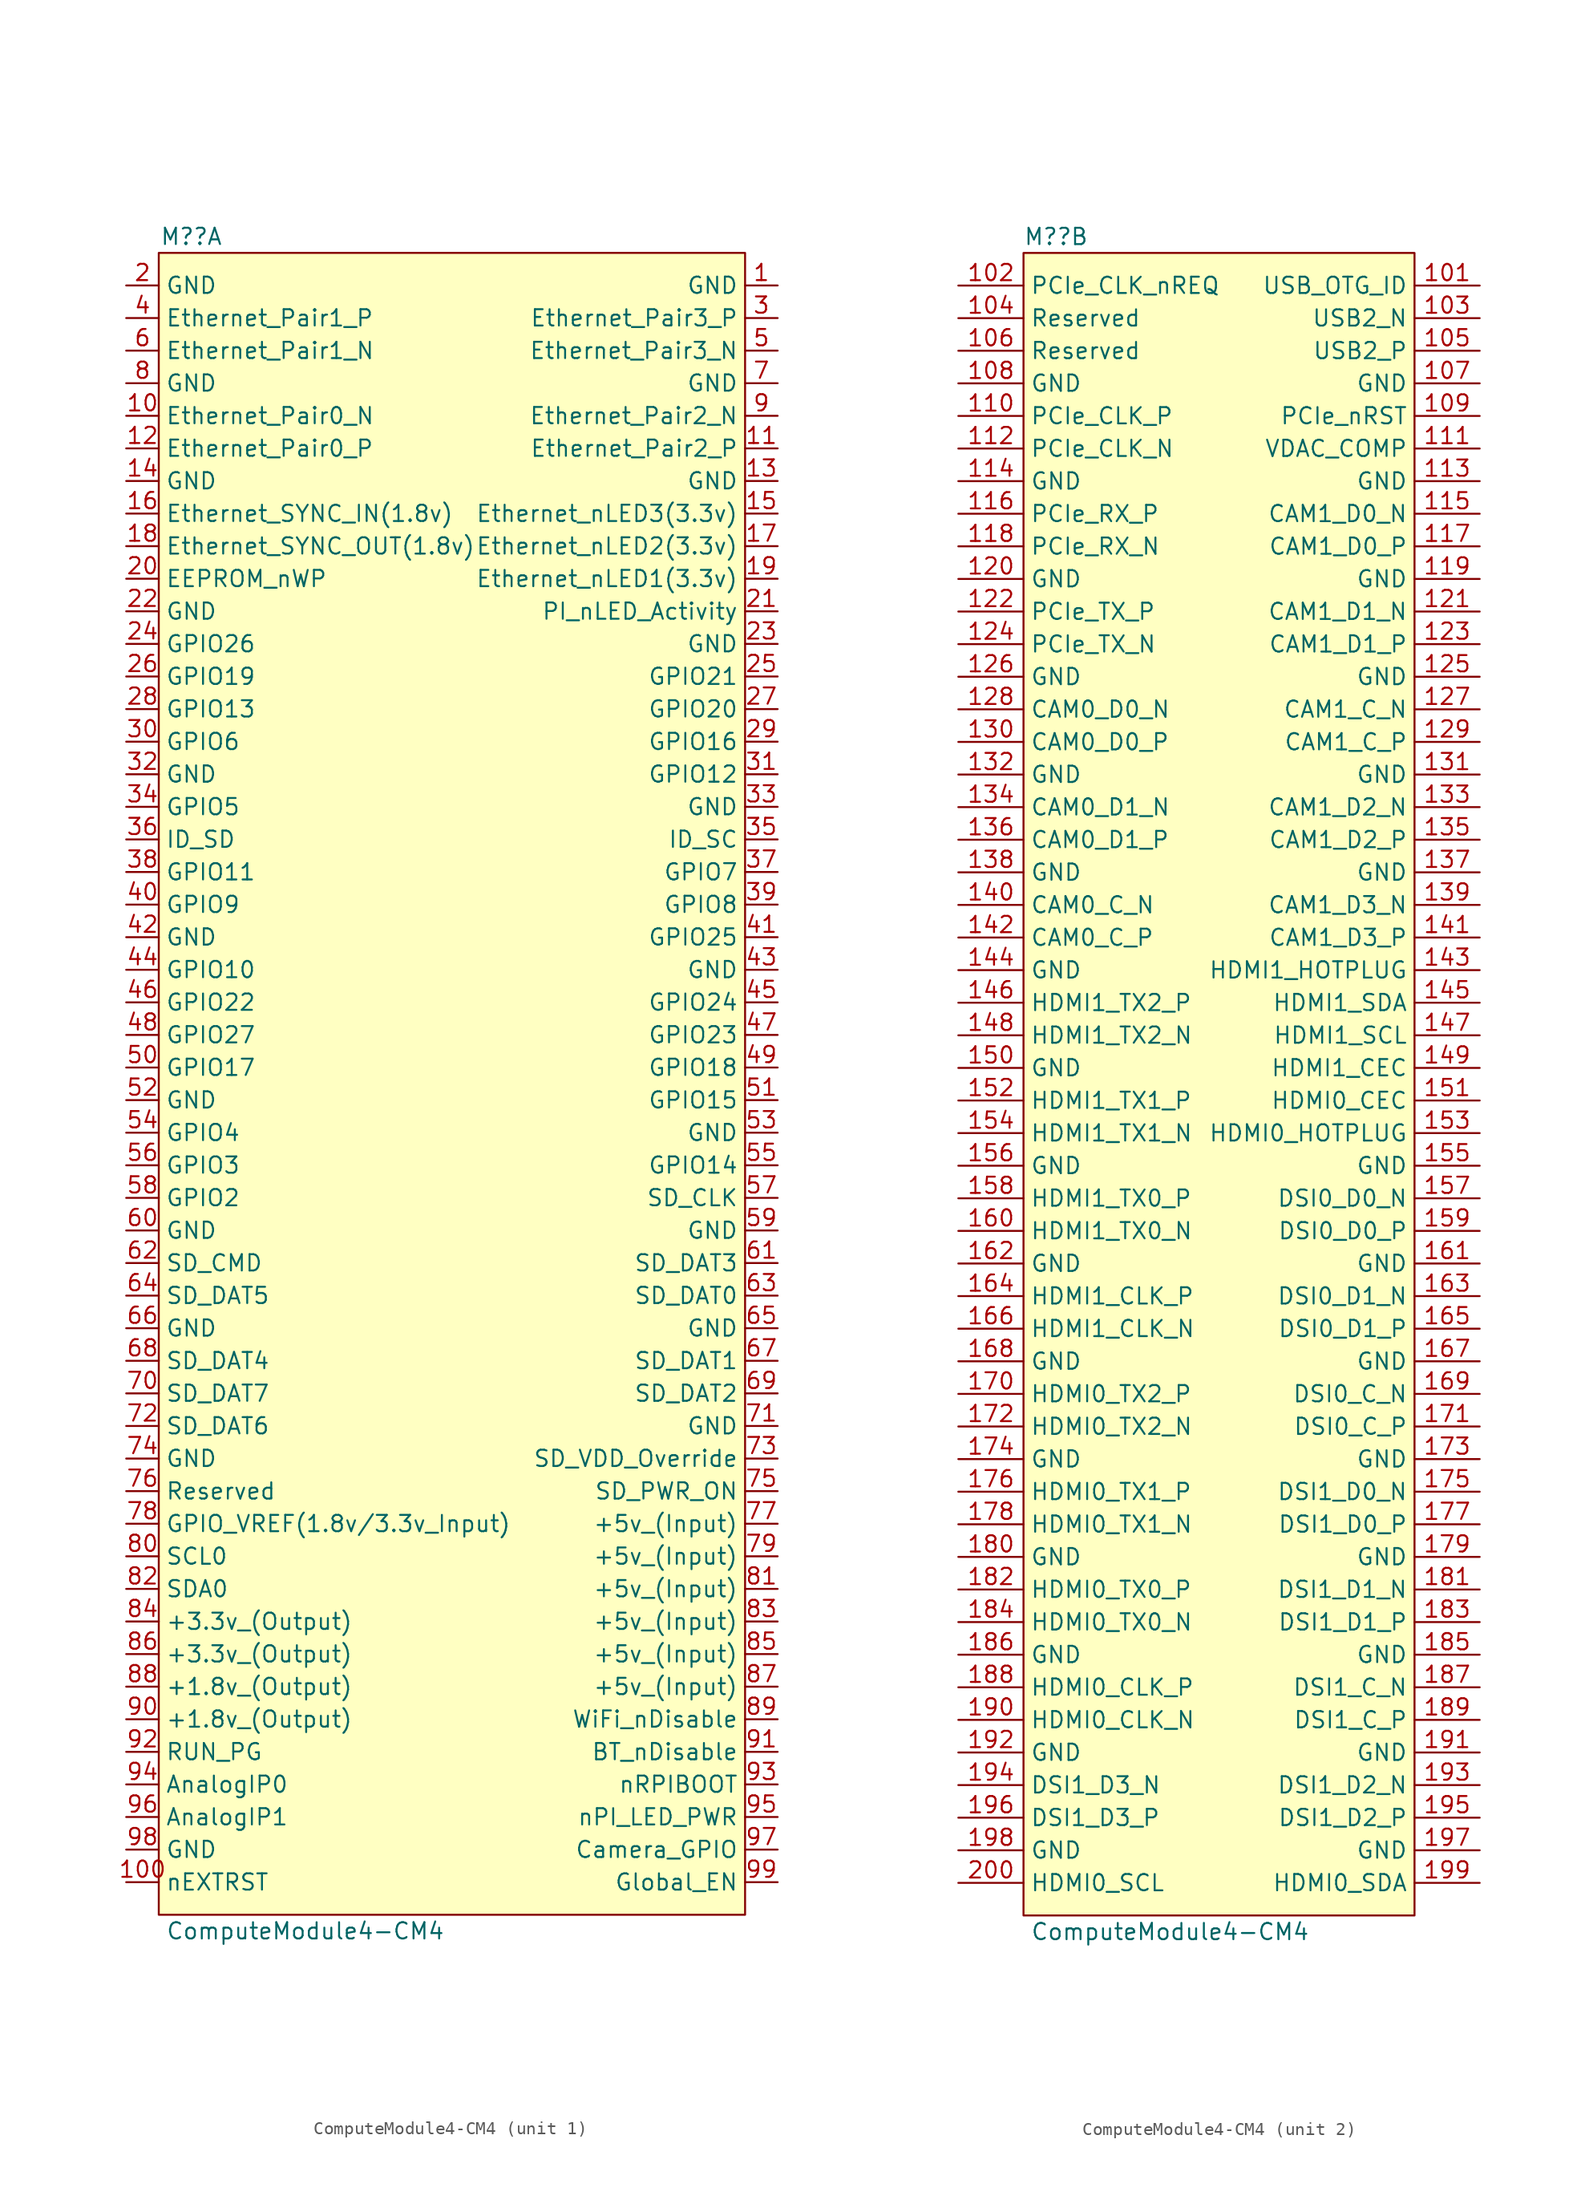
<source format=kicad_sym>
(kicad_symbol_lib
  (version 20211014)
  (generator kicad_symbol_editor)
  (symbol "ComputeModule4-CM4"
    (property "Reference" "M?"
      (at 2.54 1.27 0)
      (effects (font (size 1.27 1.27))))
    (property "Value" "ComputeModule4-CM4"
      (at 11.43 -130.81 0)
      (effects (font (size 1.27 1.27))))
    (property "ki_locked" ""
      (at 0 0 0)
      (effects (font (size 1.27 1.27))))
    (symbol "ComputeModule4-CM4_1_1"
      (rectangle (start 0 0) (end 45.72 -129.54) (stroke (width 0) (type default) (color 0 0 0 0)) (fill (type background)))
      (pin power_in line (at 48.26 -2.54 180) (length 2.54) (name "GND" (effects (font (size 1.27 1.27)))) (number "1" (effects (font (size 1.27 1.27)))))
      (pin passive line (at -2.54 -12.7 0) (length 2.54) (name "Ethernet_Pair0_N" (effects (font (size 1.27 1.27)))) (number "10" (effects (font (size 1.27 1.27)))))
      (pin output line (at -2.54 -127 0) (length 2.54) (name "nEXTRST" (effects (font (size 1.27 1.27)))) (number "100" (effects (font (size 1.27 1.27)))))
      (pin passive line (at 48.26 -15.24 180) (length 2.54) (name "Ethernet_Pair2_P" (effects (font (size 1.27 1.27)))) (number "11" (effects (font (size 1.27 1.27)))))
      (pin passive line (at -2.54 -15.24 0) (length 2.54) (name "Ethernet_Pair0_P" (effects (font (size 1.27 1.27)))) (number "12" (effects (font (size 1.27 1.27)))))
      (pin power_in line (at 48.26 -17.78 180) (length 2.54) (name "GND" (effects (font (size 1.27 1.27)))) (number "13" (effects (font (size 1.27 1.27)))))
      (pin power_in line (at -2.54 -17.78 0) (length 2.54) (name "GND" (effects (font (size 1.27 1.27)))) (number "14" (effects (font (size 1.27 1.27)))))
      (pin output line (at 48.26 -20.32 180) (length 2.54) (name "Ethernet_nLED3(3.3v)" (effects (font (size 1.27 1.27)))) (number "15" (effects (font (size 1.27 1.27)))))
      (pin input line (at -2.54 -20.32 0) (length 2.54) (name "Ethernet_SYNC_IN(1.8v)" (effects (font (size 1.27 1.27)))) (number "16" (effects (font (size 1.27 1.27)))))
      (pin output line (at 48.26 -22.86 180) (length 2.54) (name "Ethernet_nLED2(3.3v)" (effects (font (size 1.27 1.27)))) (number "17" (effects (font (size 1.27 1.27)))))
      (pin input line (at -2.54 -22.86 0) (length 2.54) (name "Ethernet_SYNC_OUT(1.8v)" (effects (font (size 1.27 1.27)))) (number "18" (effects (font (size 1.27 1.27)))))
      (pin output line (at 48.26 -25.4 180) (length 2.54) (name "Ethernet_nLED1(3.3v)" (effects (font (size 1.27 1.27)))) (number "19" (effects (font (size 1.27 1.27)))))
      (pin power_in line (at -2.54 -2.54 0) (length 2.54) (name "GND" (effects (font (size 1.27 1.27)))) (number "2" (effects (font (size 1.27 1.27)))))
      (pin passive line (at -2.54 -25.4 0) (length 2.54) (name "EEPROM_nWP" (effects (font (size 1.27 1.27)))) (number "20" (effects (font (size 1.27 1.27)))))
      (pin open_collector line (at 48.26 -27.94 180) (length 2.54) (name "PI_nLED_Activity" (effects (font (size 1.27 1.27)))) (number "21" (effects (font (size 1.27 1.27)))))
      (pin power_in line (at -2.54 -27.94 0) (length 2.54) (name "GND" (effects (font (size 1.27 1.27)))) (number "22" (effects (font (size 1.27 1.27)))))
      (pin power_in line (at 48.26 -30.48 180) (length 2.54) (name "GND" (effects (font (size 1.27 1.27)))) (number "23" (effects (font (size 1.27 1.27)))))
      (pin passive line (at -2.54 -30.48 0) (length 2.54) (name "GPIO26" (effects (font (size 1.27 1.27)))) (number "24" (effects (font (size 1.27 1.27)))))
      (pin passive line (at 48.26 -33.02 180) (length 2.54) (name "GPIO21" (effects (font (size 1.27 1.27)))) (number "25" (effects (font (size 1.27 1.27)))))
      (pin passive line (at -2.54 -33.02 0) (length 2.54) (name "GPIO19" (effects (font (size 1.27 1.27)))) (number "26" (effects (font (size 1.27 1.27)))))
      (pin passive line (at 48.26 -35.56 180) (length 2.54) (name "GPIO20" (effects (font (size 1.27 1.27)))) (number "27" (effects (font (size 1.27 1.27)))))
      (pin passive line (at -2.54 -35.56 0) (length 2.54) (name "GPIO13" (effects (font (size 1.27 1.27)))) (number "28" (effects (font (size 1.27 1.27)))))
      (pin passive line (at 48.26 -38.1 180) (length 2.54) (name "GPIO16" (effects (font (size 1.27 1.27)))) (number "29" (effects (font (size 1.27 1.27)))))
      (pin passive line (at 48.26 -5.08 180) (length 2.54) (name "Ethernet_Pair3_P" (effects (font (size 1.27 1.27)))) (number "3" (effects (font (size 1.27 1.27)))))
      (pin passive line (at -2.54 -38.1 0) (length 2.54) (name "GPIO6" (effects (font (size 1.27 1.27)))) (number "30" (effects (font (size 1.27 1.27)))))
      (pin passive line (at 48.26 -40.64 180) (length 2.54) (name "GPIO12" (effects (font (size 1.27 1.27)))) (number "31" (effects (font (size 1.27 1.27)))))
      (pin power_in line (at -2.54 -40.64 0) (length 2.54) (name "GND" (effects (font (size 1.27 1.27)))) (number "32" (effects (font (size 1.27 1.27)))))
      (pin power_in line (at 48.26 -43.18 180) (length 2.54) (name "GND" (effects (font (size 1.27 1.27)))) (number "33" (effects (font (size 1.27 1.27)))))
      (pin passive line (at -2.54 -43.18 0) (length 2.54) (name "GPIO5" (effects (font (size 1.27 1.27)))) (number "34" (effects (font (size 1.27 1.27)))))
      (pin passive line (at 48.26 -45.72 180) (length 2.54) (name "ID_SC" (effects (font (size 1.27 1.27)))) (number "35" (effects (font (size 1.27 1.27)))))
      (pin passive line (at -2.54 -45.72 0) (length 2.54) (name "ID_SD" (effects (font (size 1.27 1.27)))) (number "36" (effects (font (size 1.27 1.27)))))
      (pin passive line (at 48.26 -48.26 180) (length 2.54) (name "GPIO7" (effects (font (size 1.27 1.27)))) (number "37" (effects (font (size 1.27 1.27)))))
      (pin passive line (at -2.54 -48.26 0) (length 2.54) (name "GPIO11" (effects (font (size 1.27 1.27)))) (number "38" (effects (font (size 1.27 1.27)))))
      (pin passive line (at 48.26 -50.8 180) (length 2.54) (name "GPIO8" (effects (font (size 1.27 1.27)))) (number "39" (effects (font (size 1.27 1.27)))))
      (pin passive line (at -2.54 -5.08 0) (length 2.54) (name "Ethernet_Pair1_P" (effects (font (size 1.27 1.27)))) (number "4" (effects (font (size 1.27 1.27)))))
      (pin passive line (at -2.54 -50.8 0) (length 2.54) (name "GPIO9" (effects (font (size 1.27 1.27)))) (number "40" (effects (font (size 1.27 1.27)))))
      (pin passive line (at 48.26 -53.34 180) (length 2.54) (name "GPIO25" (effects (font (size 1.27 1.27)))) (number "41" (effects (font (size 1.27 1.27)))))
      (pin power_in line (at -2.54 -53.34 0) (length 2.54) (name "GND" (effects (font (size 1.27 1.27)))) (number "42" (effects (font (size 1.27 1.27)))))
      (pin power_in line (at 48.26 -55.88 180) (length 2.54) (name "GND" (effects (font (size 1.27 1.27)))) (number "43" (effects (font (size 1.27 1.27)))))
      (pin passive line (at -2.54 -55.88 0) (length 2.54) (name "GPIO10" (effects (font (size 1.27 1.27)))) (number "44" (effects (font (size 1.27 1.27)))))
      (pin passive line (at 48.26 -58.42 180) (length 2.54) (name "GPIO24" (effects (font (size 1.27 1.27)))) (number "45" (effects (font (size 1.27 1.27)))))
      (pin passive line (at -2.54 -58.42 0) (length 2.54) (name "GPIO22" (effects (font (size 1.27 1.27)))) (number "46" (effects (font (size 1.27 1.27)))))
      (pin passive line (at 48.26 -60.96 180) (length 2.54) (name "GPIO23" (effects (font (size 1.27 1.27)))) (number "47" (effects (font (size 1.27 1.27)))))
      (pin passive line (at -2.54 -60.96 0) (length 2.54) (name "GPIO27" (effects (font (size 1.27 1.27)))) (number "48" (effects (font (size 1.27 1.27)))))
      (pin passive line (at 48.26 -63.5 180) (length 2.54) (name "GPIO18" (effects (font (size 1.27 1.27)))) (number "49" (effects (font (size 1.27 1.27)))))
      (pin passive line (at 48.26 -7.62 180) (length 2.54) (name "Ethernet_Pair3_N" (effects (font (size 1.27 1.27)))) (number "5" (effects (font (size 1.27 1.27)))))
      (pin passive line (at -2.54 -63.5 0) (length 2.54) (name "GPIO17" (effects (font (size 1.27 1.27)))) (number "50" (effects (font (size 1.27 1.27)))))
      (pin passive line (at 48.26 -66.04 180) (length 2.54) (name "GPIO15" (effects (font (size 1.27 1.27)))) (number "51" (effects (font (size 1.27 1.27)))))
      (pin power_in line (at -2.54 -66.04 0) (length 2.54) (name "GND" (effects (font (size 1.27 1.27)))) (number "52" (effects (font (size 1.27 1.27)))))
      (pin power_in line (at 48.26 -68.58 180) (length 2.54) (name "GND" (effects (font (size 1.27 1.27)))) (number "53" (effects (font (size 1.27 1.27)))))
      (pin passive line (at -2.54 -68.58 0) (length 2.54) (name "GPIO4" (effects (font (size 1.27 1.27)))) (number "54" (effects (font (size 1.27 1.27)))))
      (pin passive line (at 48.26 -71.12 180) (length 2.54) (name "GPIO14" (effects (font (size 1.27 1.27)))) (number "55" (effects (font (size 1.27 1.27)))))
      (pin passive line (at -2.54 -71.12 0) (length 2.54) (name "GPIO3" (effects (font (size 1.27 1.27)))) (number "56" (effects (font (size 1.27 1.27)))))
      (pin passive line (at 48.26 -73.66 180) (length 2.54) (name "SD_CLK" (effects (font (size 1.27 1.27)))) (number "57" (effects (font (size 1.27 1.27)))))
      (pin passive line (at -2.54 -73.66 0) (length 2.54) (name "GPIO2" (effects (font (size 1.27 1.27)))) (number "58" (effects (font (size 1.27 1.27)))))
      (pin power_in line (at 48.26 -76.2 180) (length 2.54) (name "GND" (effects (font (size 1.27 1.27)))) (number "59" (effects (font (size 1.27 1.27)))))
      (pin passive line (at -2.54 -7.62 0) (length 2.54) (name "Ethernet_Pair1_N" (effects (font (size 1.27 1.27)))) (number "6" (effects (font (size 1.27 1.27)))))
      (pin power_in line (at -2.54 -76.2 0) (length 2.54) (name "GND" (effects (font (size 1.27 1.27)))) (number "60" (effects (font (size 1.27 1.27)))))
      (pin passive line (at 48.26 -78.74 180) (length 2.54) (name "SD_DAT3" (effects (font (size 1.27 1.27)))) (number "61" (effects (font (size 1.27 1.27)))))
      (pin passive line (at -2.54 -78.74 0) (length 2.54) (name "SD_CMD" (effects (font (size 1.27 1.27)))) (number "62" (effects (font (size 1.27 1.27)))))
      (pin passive line (at 48.26 -81.28 180) (length 2.54) (name "SD_DAT0" (effects (font (size 1.27 1.27)))) (number "63" (effects (font (size 1.27 1.27)))))
      (pin passive line (at -2.54 -81.28 0) (length 2.54) (name "SD_DAT5" (effects (font (size 1.27 1.27)))) (number "64" (effects (font (size 1.27 1.27)))))
      (pin power_in line (at 48.26 -83.82 180) (length 2.54) (name "GND" (effects (font (size 1.27 1.27)))) (number "65" (effects (font (size 1.27 1.27)))))
      (pin power_in line (at -2.54 -83.82 0) (length 2.54) (name "GND" (effects (font (size 1.27 1.27)))) (number "66" (effects (font (size 1.27 1.27)))))
      (pin passive line (at 48.26 -86.36 180) (length 2.54) (name "SD_DAT1" (effects (font (size 1.27 1.27)))) (number "67" (effects (font (size 1.27 1.27)))))
      (pin passive line (at -2.54 -86.36 0) (length 2.54) (name "SD_DAT4" (effects (font (size 1.27 1.27)))) (number "68" (effects (font (size 1.27 1.27)))))
      (pin passive line (at 48.26 -88.9 180) (length 2.54) (name "SD_DAT2" (effects (font (size 1.27 1.27)))) (number "69" (effects (font (size 1.27 1.27)))))
      (pin power_in line (at 48.26 -10.16 180) (length 2.54) (name "GND" (effects (font (size 1.27 1.27)))) (number "7" (effects (font (size 1.27 1.27)))))
      (pin passive line (at -2.54 -88.9 0) (length 2.54) (name "SD_DAT7" (effects (font (size 1.27 1.27)))) (number "70" (effects (font (size 1.27 1.27)))))
      (pin power_in line (at 48.26 -91.44 180) (length 2.54) (name "GND" (effects (font (size 1.27 1.27)))) (number "71" (effects (font (size 1.27 1.27)))))
      (pin passive line (at -2.54 -91.44 0) (length 2.54) (name "SD_DAT6" (effects (font (size 1.27 1.27)))) (number "72" (effects (font (size 1.27 1.27)))))
      (pin input line (at 48.26 -93.98 180) (length 2.54) (name "SD_VDD_Override" (effects (font (size 1.27 1.27)))) (number "73" (effects (font (size 1.27 1.27)))))
      (pin power_in line (at -2.54 -93.98 0) (length 2.54) (name "GND" (effects (font (size 1.27 1.27)))) (number "74" (effects (font (size 1.27 1.27)))))
      (pin output line (at 48.26 -96.52 180) (length 2.54) (name "SD_PWR_ON" (effects (font (size 1.27 1.27)))) (number "75" (effects (font (size 1.27 1.27)))))
      (pin passive line (at -2.54 -96.52 0) (length 2.54) (name "Reserved" (effects (font (size 1.27 1.27)))) (number "76" (effects (font (size 1.27 1.27)))))
      (pin power_in line (at 48.26 -99.06 180) (length 2.54) (name "+5v_(Input)" (effects (font (size 1.27 1.27)))) (number "77" (effects (font (size 1.27 1.27)))))
      (pin power_in line (at -2.54 -99.06 0) (length 2.54) (name "GPIO_VREF(1.8v/3.3v_Input)" (effects (font (size 1.27 1.27)))) (number "78" (effects (font (size 1.27 1.27)))))
      (pin power_in line (at 48.26 -101.6 180) (length 2.54) (name "+5v_(Input)" (effects (font (size 1.27 1.27)))) (number "79" (effects (font (size 1.27 1.27)))))
      (pin power_in line (at -2.54 -10.16 0) (length 2.54) (name "GND" (effects (font (size 1.27 1.27)))) (number "8" (effects (font (size 1.27 1.27)))))
      (pin passive line (at -2.54 -101.6 0) (length 2.54) (name "SCL0" (effects (font (size 1.27 1.27)))) (number "80" (effects (font (size 1.27 1.27)))))
      (pin power_in line (at 48.26 -104.14 180) (length 2.54) (name "+5v_(Input)" (effects (font (size 1.27 1.27)))) (number "81" (effects (font (size 1.27 1.27)))))
      (pin passive line (at -2.54 -104.14 0) (length 2.54) (name "SDA0" (effects (font (size 1.27 1.27)))) (number "82" (effects (font (size 1.27 1.27)))))
      (pin power_in line (at 48.26 -106.68 180) (length 2.54) (name "+5v_(Input)" (effects (font (size 1.27 1.27)))) (number "83" (effects (font (size 1.27 1.27)))))
      (pin power_out line (at -2.54 -106.68 0) (length 2.54) (name "+3.3v_(Output)" (effects (font (size 1.27 1.27)))) (number "84" (effects (font (size 1.27 1.27)))))
      (pin power_in line (at 48.26 -109.22 180) (length 2.54) (name "+5v_(Input)" (effects (font (size 1.27 1.27)))) (number "85" (effects (font (size 1.27 1.27)))))
      (pin power_out line (at -2.54 -109.22 0) (length 2.54) (name "+3.3v_(Output)" (effects (font (size 1.27 1.27)))) (number "86" (effects (font (size 1.27 1.27)))))
      (pin power_in line (at 48.26 -111.76 180) (length 2.54) (name "+5v_(Input)" (effects (font (size 1.27 1.27)))) (number "87" (effects (font (size 1.27 1.27)))))
      (pin power_out line (at -2.54 -111.76 0) (length 2.54) (name "+1.8v_(Output)" (effects (font (size 1.27 1.27)))) (number "88" (effects (font (size 1.27 1.27)))))
      (pin power_in line (at 48.26 -114.3 180) (length 2.54) (name "WiFi_nDisable" (effects (font (size 1.27 1.27)))) (number "89" (effects (font (size 1.27 1.27)))))
      (pin passive line (at 48.26 -12.7 180) (length 2.54) (name "Ethernet_Pair2_N" (effects (font (size 1.27 1.27)))) (number "9" (effects (font (size 1.27 1.27)))))
      (pin power_out line (at -2.54 -114.3 0) (length 2.54) (name "+1.8v_(Output)" (effects (font (size 1.27 1.27)))) (number "90" (effects (font (size 1.27 1.27)))))
      (pin power_in line (at 48.26 -116.84 180) (length 2.54) (name "BT_nDisable" (effects (font (size 1.27 1.27)))) (number "91" (effects (font (size 1.27 1.27)))))
      (pin passive line (at -2.54 -116.84 0) (length 2.54) (name "RUN_PG" (effects (font (size 1.27 1.27)))) (number "92" (effects (font (size 1.27 1.27)))))
      (pin input line (at 48.26 -119.38 180) (length 2.54) (name "nRPIBOOT" (effects (font (size 1.27 1.27)))) (number "93" (effects (font (size 1.27 1.27)))))
      (pin passive line (at -2.54 -119.38 0) (length 2.54) (name "AnalogIP0" (effects (font (size 1.27 1.27)))) (number "94" (effects (font (size 1.27 1.27)))))
      (pin output line (at 48.26 -121.92 180) (length 2.54) (name "nPI_LED_PWR" (effects (font (size 1.27 1.27)))) (number "95" (effects (font (size 1.27 1.27)))))
      (pin passive line (at -2.54 -121.92 0) (length 2.54) (name "AnalogIP1" (effects (font (size 1.27 1.27)))) (number "96" (effects (font (size 1.27 1.27)))))
      (pin passive line (at 48.26 -124.46 180) (length 2.54) (name "Camera_GPIO" (effects (font (size 1.27 1.27)))) (number "97" (effects (font (size 1.27 1.27)))))
      (pin power_in line (at -2.54 -124.46 0) (length 2.54) (name "GND" (effects (font (size 1.27 1.27)))) (number "98" (effects (font (size 1.27 1.27)))))
      (pin input line (at 48.26 -127 180) (length 2.54) (name "Global_EN" (effects (font (size 1.27 1.27)))) (number "99" (effects (font (size 1.27 1.27))))))
    (symbol "ComputeModule4-CM4_2_1"
      (rectangle (start 0 0) (end 30.48 -129.54) (stroke (width 0) (type default) (color 0 0 0 0)) (fill (type background)))
      (pin input line (at 35.56 -2.54 180) (length 5.08) (name "USB_OTG_ID" (effects (font (size 1.27 1.27)))) (number "101" (effects (font (size 1.27 1.27)))))
      (pin input line (at -5.08 -2.54 0) (length 5.08) (name "PCIe_CLK_nREQ" (effects (font (size 1.27 1.27)))) (number "102" (effects (font (size 1.27 1.27)))))
      (pin passive line (at 35.56 -5.08 180) (length 5.08) (name "USB2_N" (effects (font (size 1.27 1.27)))) (number "103" (effects (font (size 1.27 1.27)))))
      (pin passive line (at -5.08 -5.08 0) (length 5.08) (name "Reserved" (effects (font (size 1.27 1.27)))) (number "104" (effects (font (size 1.27 1.27)))))
      (pin passive line (at 35.56 -7.62 180) (length 5.08) (name "USB2_P" (effects (font (size 1.27 1.27)))) (number "105" (effects (font (size 1.27 1.27)))))
      (pin passive line (at -5.08 -7.62 0) (length 5.08) (name "Reserved" (effects (font (size 1.27 1.27)))) (number "106" (effects (font (size 1.27 1.27)))))
      (pin power_in line (at 35.56 -10.16 180) (length 5.08) (name "GND" (effects (font (size 1.27 1.27)))) (number "107" (effects (font (size 1.27 1.27)))))
      (pin power_in line (at -5.08 -10.16 0) (length 5.08) (name "GND" (effects (font (size 1.27 1.27)))) (number "108" (effects (font (size 1.27 1.27)))))
      (pin bidirectional line (at 35.56 -12.7 180) (length 5.08) (name "PCIe_nRST" (effects (font (size 1.27 1.27)))) (number "109" (effects (font (size 1.27 1.27)))))
      (pin output line (at -5.08 -12.7 0) (length 5.08) (name "PCIe_CLK_P" (effects (font (size 1.27 1.27)))) (number "110" (effects (font (size 1.27 1.27)))))
      (pin passive line (at 35.56 -15.24 180) (length 5.08) (name "VDAC_COMP" (effects (font (size 1.27 1.27)))) (number "111" (effects (font (size 1.27 1.27)))))
      (pin output line (at -5.08 -15.24 0) (length 5.08) (name "PCIe_CLK_N" (effects (font (size 1.27 1.27)))) (number "112" (effects (font (size 1.27 1.27)))))
      (pin power_in line (at 35.56 -17.78 180) (length 5.08) (name "GND" (effects (font (size 1.27 1.27)))) (number "113" (effects (font (size 1.27 1.27)))))
      (pin power_in line (at -5.08 -17.78 0) (length 5.08) (name "GND" (effects (font (size 1.27 1.27)))) (number "114" (effects (font (size 1.27 1.27)))))
      (pin input line (at 35.56 -20.32 180) (length 5.08) (name "CAM1_D0_N" (effects (font (size 1.27 1.27)))) (number "115" (effects (font (size 1.27 1.27)))))
      (pin input line (at -5.08 -20.32 0) (length 5.08) (name "PCIe_RX_P" (effects (font (size 1.27 1.27)))) (number "116" (effects (font (size 1.27 1.27)))))
      (pin input line (at 35.56 -22.86 180) (length 5.08) (name "CAM1_D0_P" (effects (font (size 1.27 1.27)))) (number "117" (effects (font (size 1.27 1.27)))))
      (pin input line (at -5.08 -22.86 0) (length 5.08) (name "PCIe_RX_N" (effects (font (size 1.27 1.27)))) (number "118" (effects (font (size 1.27 1.27)))))
      (pin power_in line (at 35.56 -25.4 180) (length 5.08) (name "GND" (effects (font (size 1.27 1.27)))) (number "119" (effects (font (size 1.27 1.27)))))
      (pin power_in line (at -5.08 -25.4 0) (length 5.08) (name "GND" (effects (font (size 1.27 1.27)))) (number "120" (effects (font (size 1.27 1.27)))))
      (pin input line (at 35.56 -27.94 180) (length 5.08) (name "CAM1_D1_N" (effects (font (size 1.27 1.27)))) (number "121" (effects (font (size 1.27 1.27)))))
      (pin output line (at -5.08 -27.94 0) (length 5.08) (name "PCIe_TX_P" (effects (font (size 1.27 1.27)))) (number "122" (effects (font (size 1.27 1.27)))))
      (pin input line (at 35.56 -30.48 180) (length 5.08) (name "CAM1_D1_P" (effects (font (size 1.27 1.27)))) (number "123" (effects (font (size 1.27 1.27)))))
      (pin output line (at -5.08 -30.48 0) (length 5.08) (name "PCIe_TX_N" (effects (font (size 1.27 1.27)))) (number "124" (effects (font (size 1.27 1.27)))))
      (pin power_in line (at 35.56 -33.02 180) (length 5.08) (name "GND" (effects (font (size 1.27 1.27)))) (number "125" (effects (font (size 1.27 1.27)))))
      (pin power_in line (at -5.08 -33.02 0) (length 5.08) (name "GND" (effects (font (size 1.27 1.27)))) (number "126" (effects (font (size 1.27 1.27)))))
      (pin input line (at 35.56 -35.56 180) (length 5.08) (name "CAM1_C_N" (effects (font (size 1.27 1.27)))) (number "127" (effects (font (size 1.27 1.27)))))
      (pin input line (at -5.08 -35.56 0) (length 5.08) (name "CAM0_D0_N" (effects (font (size 1.27 1.27)))) (number "128" (effects (font (size 1.27 1.27)))))
      (pin input line (at 35.56 -38.1 180) (length 5.08) (name "CAM1_C_P" (effects (font (size 1.27 1.27)))) (number "129" (effects (font (size 1.27 1.27)))))
      (pin input line (at -5.08 -38.1 0) (length 5.08) (name "CAM0_D0_P" (effects (font (size 1.27 1.27)))) (number "130" (effects (font (size 1.27 1.27)))))
      (pin power_in line (at 35.56 -40.64 180) (length 5.08) (name "GND" (effects (font (size 1.27 1.27)))) (number "131" (effects (font (size 1.27 1.27)))))
      (pin power_in line (at -5.08 -40.64 0) (length 5.08) (name "GND" (effects (font (size 1.27 1.27)))) (number "132" (effects (font (size 1.27 1.27)))))
      (pin input line (at 35.56 -43.18 180) (length 5.08) (name "CAM1_D2_N" (effects (font (size 1.27 1.27)))) (number "133" (effects (font (size 1.27 1.27)))))
      (pin input line (at -5.08 -43.18 0) (length 5.08) (name "CAM0_D1_N" (effects (font (size 1.27 1.27)))) (number "134" (effects (font (size 1.27 1.27)))))
      (pin input line (at 35.56 -45.72 180) (length 5.08) (name "CAM1_D2_P" (effects (font (size 1.27 1.27)))) (number "135" (effects (font (size 1.27 1.27)))))
      (pin input line (at -5.08 -45.72 0) (length 5.08) (name "CAM0_D1_P" (effects (font (size 1.27 1.27)))) (number "136" (effects (font (size 1.27 1.27)))))
      (pin power_in line (at 35.56 -48.26 180) (length 5.08) (name "GND" (effects (font (size 1.27 1.27)))) (number "137" (effects (font (size 1.27 1.27)))))
      (pin power_in line (at -5.08 -48.26 0) (length 5.08) (name "GND" (effects (font (size 1.27 1.27)))) (number "138" (effects (font (size 1.27 1.27)))))
      (pin input line (at 35.56 -50.8 180) (length 5.08) (name "CAM1_D3_N" (effects (font (size 1.27 1.27)))) (number "139" (effects (font (size 1.27 1.27)))))
      (pin input line (at -5.08 -50.8 0) (length 5.08) (name "CAM0_C_N" (effects (font (size 1.27 1.27)))) (number "140" (effects (font (size 1.27 1.27)))))
      (pin input line (at 35.56 -53.34 180) (length 5.08) (name "CAM1_D3_P" (effects (font (size 1.27 1.27)))) (number "141" (effects (font (size 1.27 1.27)))))
      (pin input line (at -5.08 -53.34 0) (length 5.08) (name "CAM0_C_P" (effects (font (size 1.27 1.27)))) (number "142" (effects (font (size 1.27 1.27)))))
      (pin input line (at 35.56 -55.88 180) (length 5.08) (name "HDMI1_HOTPLUG" (effects (font (size 1.27 1.27)))) (number "143" (effects (font (size 1.27 1.27)))))
      (pin power_in line (at -5.08 -55.88 0) (length 5.08) (name "GND" (effects (font (size 1.27 1.27)))) (number "144" (effects (font (size 1.27 1.27)))))
      (pin bidirectional line (at 35.56 -58.42 180) (length 5.08) (name "HDMI1_SDA" (effects (font (size 1.27 1.27)))) (number "145" (effects (font (size 1.27 1.27)))))
      (pin output line (at -5.08 -58.42 0) (length 5.08) (name "HDMI1_TX2_P" (effects (font (size 1.27 1.27)))) (number "146" (effects (font (size 1.27 1.27)))))
      (pin open_collector line (at 35.56 -60.96 180) (length 5.08) (name "HDMI1_SCL" (effects (font (size 1.27 1.27)))) (number "147" (effects (font (size 1.27 1.27)))))
      (pin output line (at -5.08 -60.96 0) (length 5.08) (name "HDMI1_TX2_N" (effects (font (size 1.27 1.27)))) (number "148" (effects (font (size 1.27 1.27)))))
      (pin open_collector line (at 35.56 -63.5 180) (length 5.08) (name "HDMI1_CEC" (effects (font (size 1.27 1.27)))) (number "149" (effects (font (size 1.27 1.27)))))
      (pin power_in line (at -5.08 -63.5 0) (length 5.08) (name "GND" (effects (font (size 1.27 1.27)))) (number "150" (effects (font (size 1.27 1.27)))))
      (pin open_collector line (at 35.56 -66.04 180) (length 5.08) (name "HDMI0_CEC" (effects (font (size 1.27 1.27)))) (number "151" (effects (font (size 1.27 1.27)))))
      (pin output line (at -5.08 -66.04 0) (length 5.08) (name "HDMI1_TX1_P" (effects (font (size 1.27 1.27)))) (number "152" (effects (font (size 1.27 1.27)))))
      (pin input line (at 35.56 -68.58 180) (length 5.08) (name "HDMI0_HOTPLUG" (effects (font (size 1.27 1.27)))) (number "153" (effects (font (size 1.27 1.27)))))
      (pin output line (at -5.08 -68.58 0) (length 5.08) (name "HDMI1_TX1_N" (effects (font (size 1.27 1.27)))) (number "154" (effects (font (size 1.27 1.27)))))
      (pin power_in line (at 35.56 -71.12 180) (length 5.08) (name "GND" (effects (font (size 1.27 1.27)))) (number "155" (effects (font (size 1.27 1.27)))))
      (pin power_in line (at -5.08 -71.12 0) (length 5.08) (name "GND" (effects (font (size 1.27 1.27)))) (number "156" (effects (font (size 1.27 1.27)))))
      (pin output line (at 35.56 -73.66 180) (length 5.08) (name "DSI0_D0_N" (effects (font (size 1.27 1.27)))) (number "157" (effects (font (size 1.27 1.27)))))
      (pin output line (at -5.08 -73.66 0) (length 5.08) (name "HDMI1_TX0_P" (effects (font (size 1.27 1.27)))) (number "158" (effects (font (size 1.27 1.27)))))
      (pin output line (at 35.56 -76.2 180) (length 5.08) (name "DSI0_D0_P" (effects (font (size 1.27 1.27)))) (number "159" (effects (font (size 1.27 1.27)))))
      (pin output line (at -5.08 -76.2 0) (length 5.08) (name "HDMI1_TX0_N" (effects (font (size 1.27 1.27)))) (number "160" (effects (font (size 1.27 1.27)))))
      (pin power_in line (at 35.56 -78.74 180) (length 5.08) (name "GND" (effects (font (size 1.27 1.27)))) (number "161" (effects (font (size 1.27 1.27)))))
      (pin power_in line (at -5.08 -78.74 0) (length 5.08) (name "GND" (effects (font (size 1.27 1.27)))) (number "162" (effects (font (size 1.27 1.27)))))
      (pin output line (at 35.56 -81.28 180) (length 5.08) (name "DSI0_D1_N" (effects (font (size 1.27 1.27)))) (number "163" (effects (font (size 1.27 1.27)))))
      (pin output line (at -5.08 -81.28 0) (length 5.08) (name "HDMI1_CLK_P" (effects (font (size 1.27 1.27)))) (number "164" (effects (font (size 1.27 1.27)))))
      (pin output line (at 35.56 -83.82 180) (length 5.08) (name "DSI0_D1_P" (effects (font (size 1.27 1.27)))) (number "165" (effects (font (size 1.27 1.27)))))
      (pin output line (at -5.08 -83.82 0) (length 5.08) (name "HDMI1_CLK_N" (effects (font (size 1.27 1.27)))) (number "166" (effects (font (size 1.27 1.27)))))
      (pin power_in line (at 35.56 -86.36 180) (length 5.08) (name "GND" (effects (font (size 1.27 1.27)))) (number "167" (effects (font (size 1.27 1.27)))))
      (pin power_in line (at -5.08 -86.36 0) (length 5.08) (name "GND" (effects (font (size 1.27 1.27)))) (number "168" (effects (font (size 1.27 1.27)))))
      (pin output line (at 35.56 -88.9 180) (length 5.08) (name "DSI0_C_N" (effects (font (size 1.27 1.27)))) (number "169" (effects (font (size 1.27 1.27)))))
      (pin output line (at -5.08 -88.9 0) (length 5.08) (name "HDMI0_TX2_P" (effects (font (size 1.27 1.27)))) (number "170" (effects (font (size 1.27 1.27)))))
      (pin output line (at 35.56 -91.44 180) (length 5.08) (name "DSI0_C_P" (effects (font (size 1.27 1.27)))) (number "171" (effects (font (size 1.27 1.27)))))
      (pin output line (at -5.08 -91.44 0) (length 5.08) (name "HDMI0_TX2_N" (effects (font (size 1.27 1.27)))) (number "172" (effects (font (size 1.27 1.27)))))
      (pin power_in line (at 35.56 -93.98 180) (length 5.08) (name "GND" (effects (font (size 1.27 1.27)))) (number "173" (effects (font (size 1.27 1.27)))))
      (pin power_in line (at -5.08 -93.98 0) (length 5.08) (name "GND" (effects (font (size 1.27 1.27)))) (number "174" (effects (font (size 1.27 1.27)))))
      (pin output line (at 35.56 -96.52 180) (length 5.08) (name "DSI1_D0_N" (effects (font (size 1.27 1.27)))) (number "175" (effects (font (size 1.27 1.27)))))
      (pin output line (at -5.08 -96.52 0) (length 5.08) (name "HDMI0_TX1_P" (effects (font (size 1.27 1.27)))) (number "176" (effects (font (size 1.27 1.27)))))
      (pin output line (at 35.56 -99.06 180) (length 5.08) (name "DSI1_D0_P" (effects (font (size 1.27 1.27)))) (number "177" (effects (font (size 1.27 1.27)))))
      (pin output line (at -5.08 -99.06 0) (length 5.08) (name "HDMI0_TX1_N" (effects (font (size 1.27 1.27)))) (number "178" (effects (font (size 1.27 1.27)))))
      (pin power_in line (at 35.56 -101.6 180) (length 5.08) (name "GND" (effects (font (size 1.27 1.27)))) (number "179" (effects (font (size 1.27 1.27)))))
      (pin power_in line (at -5.08 -101.6 0) (length 5.08) (name "GND" (effects (font (size 1.27 1.27)))) (number "180" (effects (font (size 1.27 1.27)))))
      (pin output line (at 35.56 -104.14 180) (length 5.08) (name "DSI1_D1_N" (effects (font (size 1.27 1.27)))) (number "181" (effects (font (size 1.27 1.27)))))
      (pin output line (at -5.08 -104.14 0) (length 5.08) (name "HDMI0_TX0_P" (effects (font (size 1.27 1.27)))) (number "182" (effects (font (size 1.27 1.27)))))
      (pin output line (at 35.56 -106.68 180) (length 5.08) (name "DSI1_D1_P" (effects (font (size 1.27 1.27)))) (number "183" (effects (font (size 1.27 1.27)))))
      (pin output line (at -5.08 -106.68 0) (length 5.08) (name "HDMI0_TX0_N" (effects (font (size 1.27 1.27)))) (number "184" (effects (font (size 1.27 1.27)))))
      (pin power_in line (at 35.56 -109.22 180) (length 5.08) (name "GND" (effects (font (size 1.27 1.27)))) (number "185" (effects (font (size 1.27 1.27)))))
      (pin power_in line (at -5.08 -109.22 0) (length 5.08) (name "GND" (effects (font (size 1.27 1.27)))) (number "186" (effects (font (size 1.27 1.27)))))
      (pin output line (at 35.56 -111.76 180) (length 5.08) (name "DSI1_C_N" (effects (font (size 1.27 1.27)))) (number "187" (effects (font (size 1.27 1.27)))))
      (pin output line (at -5.08 -111.76 0) (length 5.08) (name "HDMI0_CLK_P" (effects (font (size 1.27 1.27)))) (number "188" (effects (font (size 1.27 1.27)))))
      (pin output line (at 35.56 -114.3 180) (length 5.08) (name "DSI1_C_P" (effects (font (size 1.27 1.27)))) (number "189" (effects (font (size 1.27 1.27)))))
      (pin output line (at -5.08 -114.3 0) (length 5.08) (name "HDMI0_CLK_N" (effects (font (size 1.27 1.27)))) (number "190" (effects (font (size 1.27 1.27)))))
      (pin power_in line (at 35.56 -116.84 180) (length 5.08) (name "GND" (effects (font (size 1.27 1.27)))) (number "191" (effects (font (size 1.27 1.27)))))
      (pin power_in line (at -5.08 -116.84 0) (length 5.08) (name "GND" (effects (font (size 1.27 1.27)))) (number "192" (effects (font (size 1.27 1.27)))))
      (pin output line (at 35.56 -119.38 180) (length 5.08) (name "DSI1_D2_N" (effects (font (size 1.27 1.27)))) (number "193" (effects (font (size 1.27 1.27)))))
      (pin output line (at -5.08 -119.38 0) (length 5.08) (name "DSI1_D3_N" (effects (font (size 1.27 1.27)))) (number "194" (effects (font (size 1.27 1.27)))))
      (pin output line (at 35.56 -121.92 180) (length 5.08) (name "DSI1_D2_P" (effects (font (size 1.27 1.27)))) (number "195" (effects (font (size 1.27 1.27)))))
      (pin output line (at -5.08 -121.92 0) (length 5.08) (name "DSI1_D3_P" (effects (font (size 1.27 1.27)))) (number "196" (effects (font (size 1.27 1.27)))))
      (pin power_in line (at 35.56 -124.46 180) (length 5.08) (name "GND" (effects (font (size 1.27 1.27)))) (number "197" (effects (font (size 1.27 1.27)))))
      (pin power_in line (at -5.08 -124.46 0) (length 5.08) (name "GND" (effects (font (size 1.27 1.27)))) (number "198" (effects (font (size 1.27 1.27)))))
      (pin bidirectional line (at 35.56 -127 180) (length 5.08) (name "HDMI0_SDA" (effects (font (size 1.27 1.27)))) (number "199" (effects (font (size 1.27 1.27)))))
      (pin open_collector line (at -5.08 -127 0) (length 5.08) (name "HDMI0_SCL" (effects (font (size 1.27 1.27)))) (number "200" (effects (font (size 1.27 1.27))))))))
</source>
